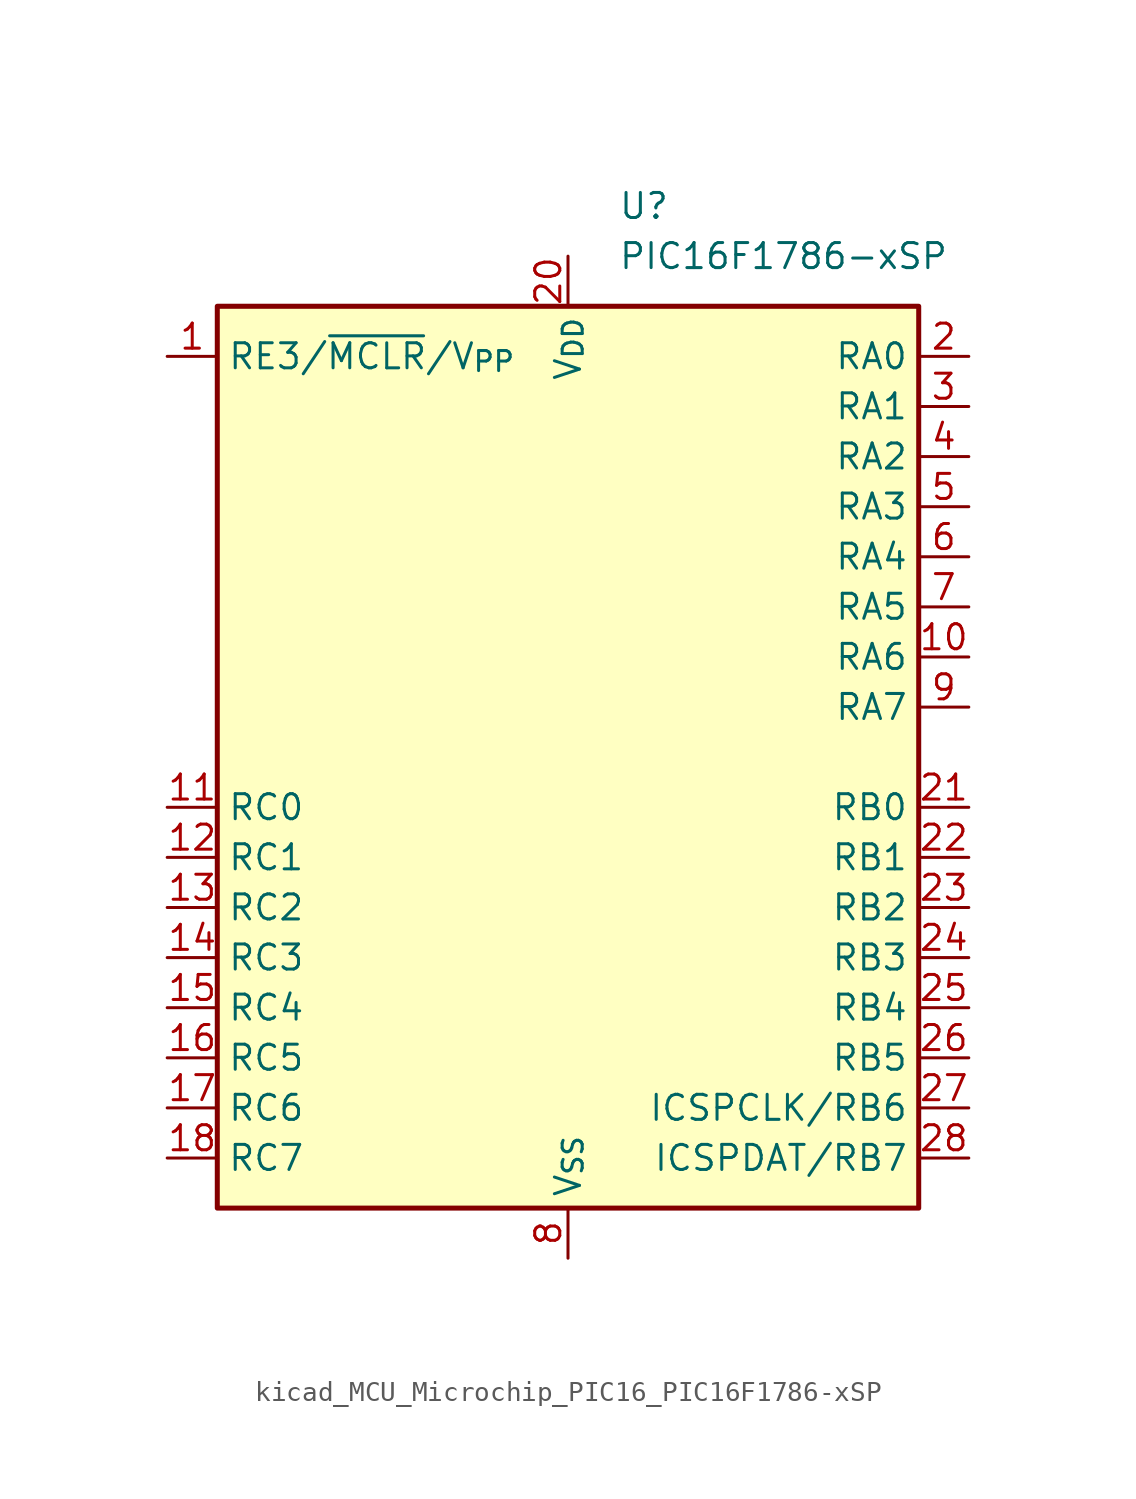
<source format=kicad_sym>
(kicad_symbol_lib
  (version 20220914)
  (generator kicad_symbol_editor)
  (symbol "kicad_MCU_Microchip_PIC16_PIC16F1786-xSP"
    (property "Reference" "U"
      (at 2.54 27.94 0)
      (effects (font (size 1.27 1.27)) (justify left)))
    (property "Value" "PIC16F1786-xSP"
      (at 2.54 25.4 0)
      (effects (font (size 1.27 1.27)) (justify left)))
    (symbol "kicad_MCU_Microchip_PIC16_PIC16F1786-xSP_0_1"
      (rectangle (start -17.78 -22.86) (end 17.78 22.86) (stroke (width 0.254) (type default)) (fill (type background))))
    (symbol "kicad_MCU_Microchip_PIC16_PIC16F1786-xSP_1_1"
      (pin input line (at -20.32 20.32 0) (length 2.54) (name "RE3/~{MCLR}/V_{PP}" (effects (font (size 1.27 1.27)))) (number "1" (effects (font (size 1.27 1.27)))))
      (pin bidirectional line (at 20.32 5.08 180) (length 2.54) (name "RA6" (effects (font (size 1.27 1.27)))) (number "10" (effects (font (size 1.27 1.27)))))
      (pin bidirectional line (at -20.32 -2.54 0) (length 2.54) (name "RC0" (effects (font (size 1.27 1.27)))) (number "11" (effects (font (size 1.27 1.27)))))
      (pin bidirectional line (at -20.32 -5.08 0) (length 2.54) (name "RC1" (effects (font (size 1.27 1.27)))) (number "12" (effects (font (size 1.27 1.27)))))
      (pin bidirectional line (at -20.32 -7.62 0) (length 2.54) (name "RC2" (effects (font (size 1.27 1.27)))) (number "13" (effects (font (size 1.27 1.27)))))
      (pin bidirectional line (at -20.32 -10.16 0) (length 2.54) (name "RC3" (effects (font (size 1.27 1.27)))) (number "14" (effects (font (size 1.27 1.27)))))
      (pin bidirectional line (at -20.32 -12.7 0) (length 2.54) (name "RC4" (effects (font (size 1.27 1.27)))) (number "15" (effects (font (size 1.27 1.27)))))
      (pin bidirectional line (at -20.32 -15.24 0) (length 2.54) (name "RC5" (effects (font (size 1.27 1.27)))) (number "16" (effects (font (size 1.27 1.27)))))
      (pin bidirectional line (at -20.32 -17.78 0) (length 2.54) (name "RC6" (effects (font (size 1.27 1.27)))) (number "17" (effects (font (size 1.27 1.27)))))
      (pin bidirectional line (at -20.32 -20.32 0) (length 2.54) (name "RC7" (effects (font (size 1.27 1.27)))) (number "18" (effects (font (size 1.27 1.27)))))
      (pin passive line (at 0 -25.4 90) (length 2.54) hide (name "V_{SS}" (effects (font (size 1.27 1.27)))) (number "19" (effects (font (size 1.27 1.27)))))
      (pin bidirectional line (at 20.32 20.32 180) (length 2.54) (name "RA0" (effects (font (size 1.27 1.27)))) (number "2" (effects (font (size 1.27 1.27)))))
      (pin power_in line (at 0 25.4 270) (length 2.54) (name "V_{DD}" (effects (font (size 1.27 1.27)))) (number "20" (effects (font (size 1.27 1.27)))))
      (pin bidirectional line (at 20.32 -2.54 180) (length 2.54) (name "RB0" (effects (font (size 1.27 1.27)))) (number "21" (effects (font (size 1.27 1.27)))))
      (pin bidirectional line (at 20.32 -5.08 180) (length 2.54) (name "RB1" (effects (font (size 1.27 1.27)))) (number "22" (effects (font (size 1.27 1.27)))))
      (pin bidirectional line (at 20.32 -7.62 180) (length 2.54) (name "RB2" (effects (font (size 1.27 1.27)))) (number "23" (effects (font (size 1.27 1.27)))))
      (pin bidirectional line (at 20.32 -10.16 180) (length 2.54) (name "RB3" (effects (font (size 1.27 1.27)))) (number "24" (effects (font (size 1.27 1.27)))))
      (pin bidirectional line (at 20.32 -12.7 180) (length 2.54) (name "RB4" (effects (font (size 1.27 1.27)))) (number "25" (effects (font (size 1.27 1.27)))))
      (pin bidirectional line (at 20.32 -15.24 180) (length 2.54) (name "RB5" (effects (font (size 1.27 1.27)))) (number "26" (effects (font (size 1.27 1.27)))))
      (pin bidirectional line (at 20.32 -17.78 180) (length 2.54) (name "ICSPCLK/RB6" (effects (font (size 1.27 1.27)))) (number "27" (effects (font (size 1.27 1.27)))))
      (pin bidirectional line (at 20.32 -20.32 180) (length 2.54) (name "ICSPDAT/RB7" (effects (font (size 1.27 1.27)))) (number "28" (effects (font (size 1.27 1.27)))))
      (pin bidirectional line (at 20.32 17.78 180) (length 2.54) (name "RA1" (effects (font (size 1.27 1.27)))) (number "3" (effects (font (size 1.27 1.27)))))
      (pin bidirectional line (at 20.32 15.24 180) (length 2.54) (name "RA2" (effects (font (size 1.27 1.27)))) (number "4" (effects (font (size 1.27 1.27)))))
      (pin bidirectional line (at 20.32 12.7 180) (length 2.54) (name "RA3" (effects (font (size 1.27 1.27)))) (number "5" (effects (font (size 1.27 1.27)))))
      (pin bidirectional line (at 20.32 10.16 180) (length 2.54) (name "RA4" (effects (font (size 1.27 1.27)))) (number "6" (effects (font (size 1.27 1.27)))))
      (pin bidirectional line (at 20.32 7.62 180) (length 2.54) (name "RA5" (effects (font (size 1.27 1.27)))) (number "7" (effects (font (size 1.27 1.27)))))
      (pin power_in line (at 0 -25.4 90) (length 2.54) (name "V_{SS}" (effects (font (size 1.27 1.27)))) (number "8" (effects (font (size 1.27 1.27)))))
      (pin bidirectional line (at 20.32 2.54 180) (length 2.54) (name "RA7" (effects (font (size 1.27 1.27)))) (number "9" (effects (font (size 1.27 1.27))))))))
</source>
